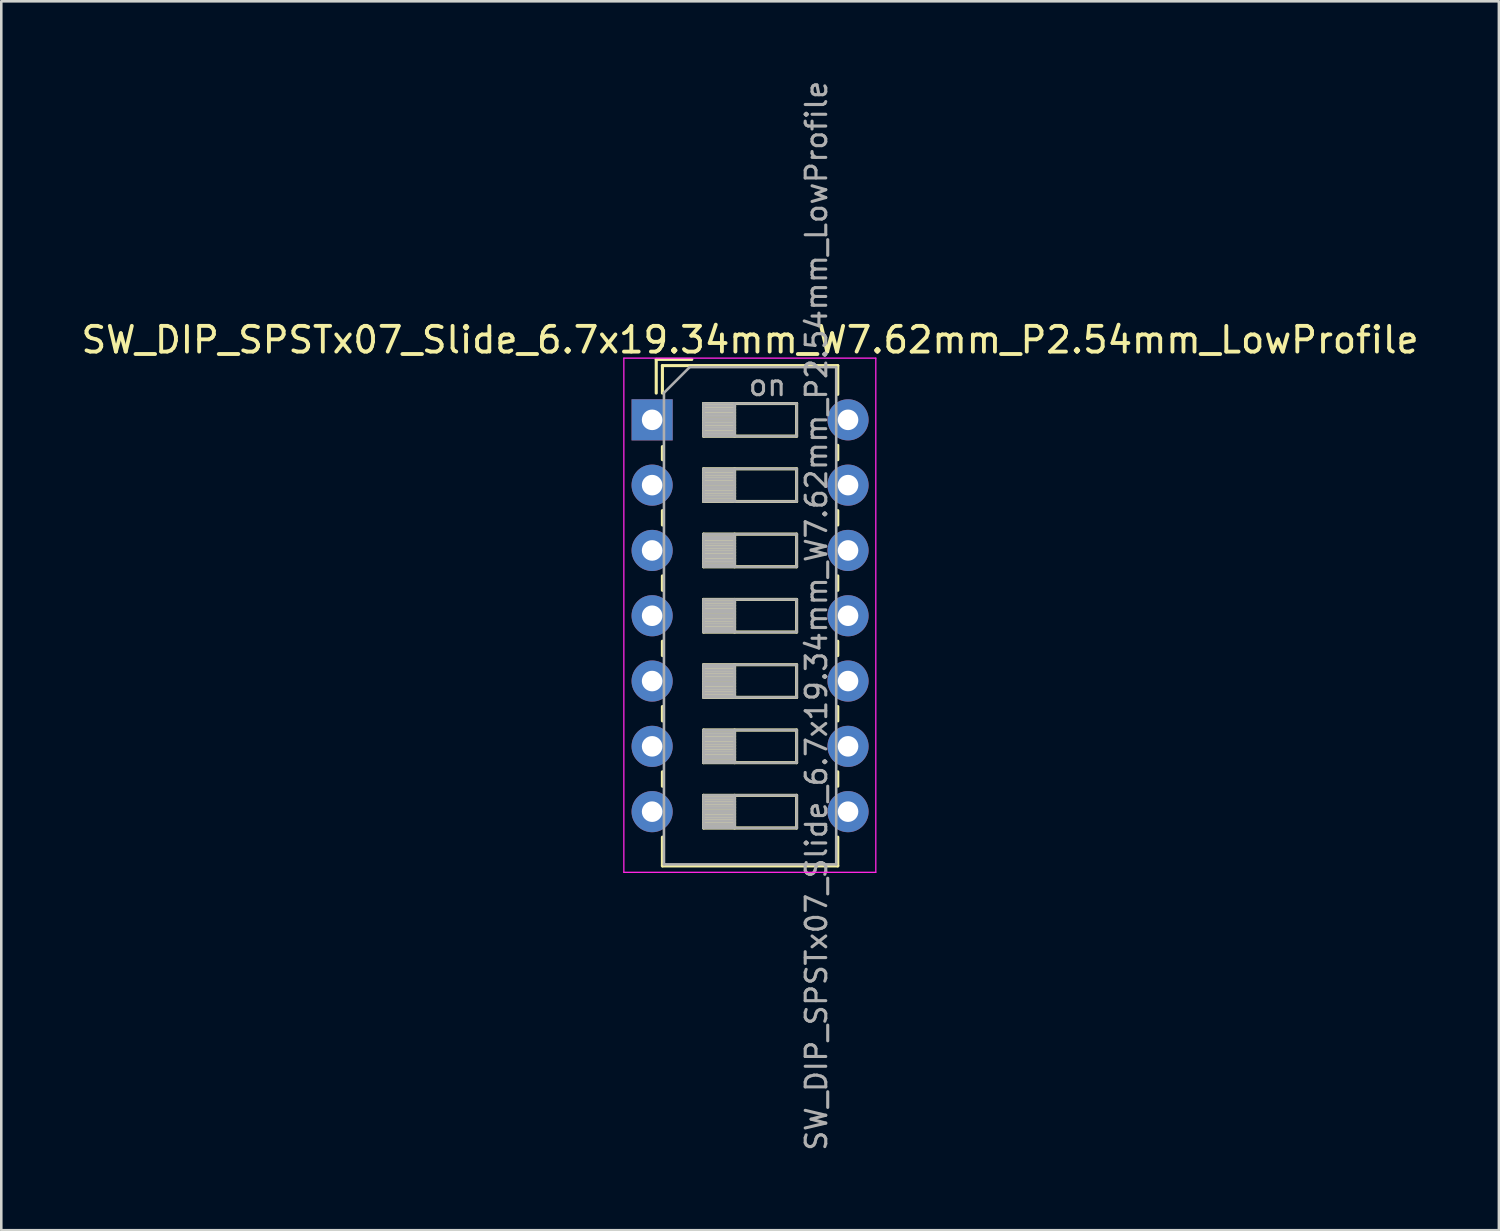
<source format=kicad_pcb>
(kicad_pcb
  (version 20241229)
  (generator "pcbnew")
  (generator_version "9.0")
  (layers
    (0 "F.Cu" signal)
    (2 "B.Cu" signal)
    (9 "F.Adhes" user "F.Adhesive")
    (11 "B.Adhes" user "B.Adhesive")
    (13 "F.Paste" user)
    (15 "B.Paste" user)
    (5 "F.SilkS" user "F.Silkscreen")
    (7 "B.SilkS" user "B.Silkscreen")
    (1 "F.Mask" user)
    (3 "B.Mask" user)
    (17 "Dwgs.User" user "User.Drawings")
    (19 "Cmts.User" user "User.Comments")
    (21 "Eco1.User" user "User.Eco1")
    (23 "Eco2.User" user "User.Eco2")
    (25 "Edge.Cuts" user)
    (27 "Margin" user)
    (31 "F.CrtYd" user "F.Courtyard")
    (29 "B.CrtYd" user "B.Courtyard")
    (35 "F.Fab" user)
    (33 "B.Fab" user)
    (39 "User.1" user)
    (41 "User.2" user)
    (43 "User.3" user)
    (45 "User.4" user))
  (footprint "SW_DIP_SPSTx07_Slide_6.7x19.34mm_W7.62mm_P2.54mm_LowProfile"
    (layer "F.Cu")
    (at 22.315 13.28)
    (property "Reference" "SW_DIP_SPSTx07_Slide_6.7x19.34mm_W7.62mm_P2.54mm_LowProfile" (at 3.81 -3.11 0) (layer "F.SilkS") (effects (font (size 1 1) (thickness 0.15))))
    (attr through_hole)
    (fp_line (start 0.16 -2.35) (end 0.16 -1.04) (stroke (width 0.12) (type solid)) (layer "F.SilkS"))
    (fp_line (start 0.16 -2.35) (end 1.543 -2.35) (stroke (width 0.12) (type solid)) (layer "F.SilkS"))
    (fp_line (start 0.4 -2.11) (end 0.4 -1.04) (stroke (width 0.12) (type solid)) (layer "F.SilkS"))
    (fp_line (start 0.4 -2.11) (end 7.221 -2.11) (stroke (width 0.12) (type solid)) (layer "F.SilkS"))
    (fp_line (start 0.4 1.04) (end 0.4 1.551) (stroke (width 0.12) (type solid)) (layer "F.SilkS"))
    (fp_line (start 0.4 3.53) (end 0.4 4.091) (stroke (width 0.12) (type solid)) (layer "F.SilkS"))
    (fp_line (start 0.4 6.07) (end 0.4 6.631) (stroke (width 0.12) (type solid)) (layer "F.SilkS"))
    (fp_line (start 0.4 8.61) (end 0.4 9.17) (stroke (width 0.12) (type solid)) (layer "F.SilkS"))
    (fp_line (start 0.4 11.15) (end 0.4 11.71) (stroke (width 0.12) (type solid)) (layer "F.SilkS"))
    (fp_line (start 0.4 13.69) (end 0.4 14.25) (stroke (width 0.12) (type solid)) (layer "F.SilkS"))
    (fp_line (start 0.4 16.23) (end 0.4 17.35) (stroke (width 0.12) (type solid)) (layer "F.SilkS"))
    (fp_line (start 0.4 17.35) (end 7.221 17.35) (stroke (width 0.12) (type solid)) (layer "F.SilkS"))
    (fp_line (start 2 -0.635) (end 2 0.635) (stroke (width 0.12) (type solid)) (layer "F.SilkS"))
    (fp_line (start 2 -0.515) (end 3.207 -0.515) (stroke (width 0.12) (type solid)) (layer "F.SilkS"))
    (fp_line (start 2 -0.395) (end 3.207 -0.395) (stroke (width 0.12) (type solid)) (layer "F.SilkS"))
    (fp_line (start 2 -0.275) (end 3.207 -0.275) (stroke (width 0.12) (type solid)) (layer "F.SilkS"))
    (fp_line (start 2 -0.155) (end 3.207 -0.155) (stroke (width 0.12) (type solid)) (layer "F.SilkS"))
    (fp_line (start 2 -0.035) (end 3.207 -0.035) (stroke (width 0.12) (type solid)) (layer "F.SilkS"))
    (fp_line (start 2 0.085) (end 3.207 0.085) (stroke (width 0.12) (type solid)) (layer "F.SilkS"))
    (fp_line (start 2 0.205) (end 3.207 0.205) (stroke (width 0.12) (type solid)) (layer "F.SilkS"))
    (fp_line (start 2 0.325) (end 3.207 0.325) (stroke (width 0.12) (type solid)) (layer "F.SilkS"))
    (fp_line (start 2 0.445) (end 3.207 0.445) (stroke (width 0.12) (type solid)) (layer "F.SilkS"))
    (fp_line (start 2 0.565) (end 3.207 0.565) (stroke (width 0.12) (type solid)) (layer "F.SilkS"))
    (fp_line (start 2 0.635) (end 5.62 0.635) (stroke (width 0.12) (type solid)) (layer "F.SilkS"))
    (fp_line (start 2 1.905) (end 2 3.175) (stroke (width 0.12) (type solid)) (layer "F.SilkS"))
    (fp_line (start 2 2.025) (end 3.207 2.025) (stroke (width 0.12) (type solid)) (layer "F.SilkS"))
    (fp_line (start 2 2.145) (end 3.207 2.145) (stroke (width 0.12) (type solid)) (layer "F.SilkS"))
    (fp_line (start 2 2.265) (end 3.207 2.265) (stroke (width 0.12) (type solid)) (layer "F.SilkS"))
    (fp_line (start 2 2.385) (end 3.207 2.385) (stroke (width 0.12) (type solid)) (layer "F.SilkS"))
    (fp_line (start 2 2.505) (end 3.207 2.505) (stroke (width 0.12) (type solid)) (layer "F.SilkS"))
    (fp_line (start 2 2.625) (end 3.207 2.625) (stroke (width 0.12) (type solid)) (layer "F.SilkS"))
    (fp_line (start 2 2.745) (end 3.207 2.745) (stroke (width 0.12) (type solid)) (layer "F.SilkS"))
    (fp_line (start 2 2.865) (end 3.207 2.865) (stroke (width 0.12) (type solid)) (layer "F.SilkS"))
    (fp_line (start 2 2.985) (end 3.207 2.985) (stroke (width 0.12) (type solid)) (layer "F.SilkS"))
    (fp_line (start 2 3.105) (end 3.207 3.105) (stroke (width 0.12) (type solid)) (layer "F.SilkS"))
    (fp_line (start 2 3.175) (end 5.62 3.175) (stroke (width 0.12) (type solid)) (layer "F.SilkS"))
    (fp_line (start 2 4.445) (end 2 5.715) (stroke (width 0.12) (type solid)) (layer "F.SilkS"))
    (fp_line (start 2 4.565) (end 3.207 4.565) (stroke (width 0.12) (type solid)) (layer "F.SilkS"))
    (fp_line (start 2 4.685) (end 3.207 4.685) (stroke (width 0.12) (type solid)) (layer "F.SilkS"))
    (fp_line (start 2 4.805) (end 3.207 4.805) (stroke (width 0.12) (type solid)) (layer "F.SilkS"))
    (fp_line (start 2 4.925) (end 3.207 4.925) (stroke (width 0.12) (type solid)) (layer "F.SilkS"))
    (fp_line (start 2 5.045) (end 3.207 5.045) (stroke (width 0.12) (type solid)) (layer "F.SilkS"))
    (fp_line (start 2 5.165) (end 3.207 5.165) (stroke (width 0.12) (type solid)) (layer "F.SilkS"))
    (fp_line (start 2 5.285) (end 3.207 5.285) (stroke (width 0.12) (type solid)) (layer "F.SilkS"))
    (fp_line (start 2 5.405) (end 3.207 5.405) (stroke (width 0.12) (type solid)) (layer "F.SilkS"))
    (fp_line (start 2 5.525) (end 3.207 5.525) (stroke (width 0.12) (type solid)) (layer "F.SilkS"))
    (fp_line (start 2 5.645) (end 3.207 5.645) (stroke (width 0.12) (type solid)) (layer "F.SilkS"))
    (fp_line (start 2 5.715) (end 5.62 5.715) (stroke (width 0.12) (type solid)) (layer "F.SilkS"))
    (fp_line (start 2 6.985) (end 2 8.255) (stroke (width 0.12) (type solid)) (layer "F.SilkS"))
    (fp_line (start 2 7.105) (end 3.207 7.105) (stroke (width 0.12) (type solid)) (layer "F.SilkS"))
    (fp_line (start 2 7.225) (end 3.207 7.225) (stroke (width 0.12) (type solid)) (layer "F.SilkS"))
    (fp_line (start 2 7.345) (end 3.207 7.345) (stroke (width 0.12) (type solid)) (layer "F.SilkS"))
    (fp_line (start 2 7.465) (end 3.207 7.465) (stroke (width 0.12) (type solid)) (layer "F.SilkS"))
    (fp_line (start 2 7.585) (end 3.207 7.585) (stroke (width 0.12) (type solid)) (layer "F.SilkS"))
    (fp_line (start 2 7.705) (end 3.207 7.705) (stroke (width 0.12) (type solid)) (layer "F.SilkS"))
    (fp_line (start 2 7.825) (end 3.207 7.825) (stroke (width 0.12) (type solid)) (layer "F.SilkS"))
    (fp_line (start 2 7.945) (end 3.207 7.945) (stroke (width 0.12) (type solid)) (layer "F.SilkS"))
    (fp_line (start 2 8.065) (end 3.207 8.065) (stroke (width 0.12) (type solid)) (layer "F.SilkS"))
    (fp_line (start 2 8.185) (end 3.207 8.185) (stroke (width 0.12) (type solid)) (layer "F.SilkS"))
    (fp_line (start 2 8.255) (end 5.62 8.255) (stroke (width 0.12) (type solid)) (layer "F.SilkS"))
    (fp_line (start 2 9.525) (end 2 10.795) (stroke (width 0.12) (type solid)) (layer "F.SilkS"))
    (fp_line (start 2 9.645) (end 3.207 9.645) (stroke (width 0.12) (type solid)) (layer "F.SilkS"))
    (fp_line (start 2 9.765) (end 3.207 9.765) (stroke (width 0.12) (type solid)) (layer "F.SilkS"))
    (fp_line (start 2 9.885) (end 3.207 9.885) (stroke (width 0.12) (type solid)) (layer "F.SilkS"))
    (fp_line (start 2 10.005) (end 3.207 10.005) (stroke (width 0.12) (type solid)) (layer "F.SilkS"))
    (fp_line (start 2 10.125) (end 3.207 10.125) (stroke (width 0.12) (type solid)) (layer "F.SilkS"))
    (fp_line (start 2 10.245) (end 3.207 10.245) (stroke (width 0.12) (type solid)) (layer "F.SilkS"))
    (fp_line (start 2 10.365) (end 3.207 10.365) (stroke (width 0.12) (type solid)) (layer "F.SilkS"))
    (fp_line (start 2 10.485) (end 3.207 10.485) (stroke (width 0.12) (type solid)) (layer "F.SilkS"))
    (fp_line (start 2 10.605) (end 3.207 10.605) (stroke (width 0.12) (type solid)) (layer "F.SilkS"))
    (fp_line (start 2 10.725) (end 3.207 10.725) (stroke (width 0.12) (type solid)) (layer "F.SilkS"))
    (fp_line (start 2 10.795) (end 5.62 10.795) (stroke (width 0.12) (type solid)) (layer "F.SilkS"))
    (fp_line (start 2 12.065) (end 2 13.335) (stroke (width 0.12) (type solid)) (layer "F.SilkS"))
    (fp_line (start 2 12.185) (end 3.207 12.185) (stroke (width 0.12) (type solid)) (layer "F.SilkS"))
    (fp_line (start 2 12.305) (end 3.207 12.305) (stroke (width 0.12) (type solid)) (layer "F.SilkS"))
    (fp_line (start 2 12.425) (end 3.207 12.425) (stroke (width 0.12) (type solid)) (layer "F.SilkS"))
    (fp_line (start 2 12.545) (end 3.207 12.545) (stroke (width 0.12) (type solid)) (layer "F.SilkS"))
    (fp_line (start 2 12.665) (end 3.207 12.665) (stroke (width 0.12) (type solid)) (layer "F.SilkS"))
    (fp_line (start 2 12.785) (end 3.207 12.785) (stroke (width 0.12) (type solid)) (layer "F.SilkS"))
    (fp_line (start 2 12.905) (end 3.207 12.905) (stroke (width 0.12) (type solid)) (layer "F.SilkS"))
    (fp_line (start 2 13.025) (end 3.207 13.025) (stroke (width 0.12) (type solid)) (layer "F.SilkS"))
    (fp_line (start 2 13.145) (end 3.207 13.145) (stroke (width 0.12) (type solid)) (layer "F.SilkS"))
    (fp_line (start 2 13.265) (end 3.207 13.265) (stroke (width 0.12) (type solid)) (layer "F.SilkS"))
    (fp_line (start 2 13.335) (end 5.62 13.335) (stroke (width 0.12) (type solid)) (layer "F.SilkS"))
    (fp_line (start 2 14.605) (end 2 15.875) (stroke (width 0.12) (type solid)) (layer "F.SilkS"))
    (fp_line (start 2 14.725) (end 3.207 14.725) (stroke (width 0.12) (type solid)) (layer "F.SilkS"))
    (fp_line (start 2 14.845) (end 3.207 14.845) (stroke (width 0.12) (type solid)) (layer "F.SilkS"))
    (fp_line (start 2 14.965) (end 3.207 14.965) (stroke (width 0.12) (type solid)) (layer "F.SilkS"))
    (fp_line (start 2 15.085) (end 3.207 15.085) (stroke (width 0.12) (type solid)) (layer "F.SilkS"))
    (fp_line (start 2 15.205) (end 3.207 15.205) (stroke (width 0.12) (type solid)) (layer "F.SilkS"))
    (fp_line (start 2 15.325) (end 3.207 15.325) (stroke (width 0.12) (type solid)) (layer "F.SilkS"))
    (fp_line (start 2 15.445) (end 3.207 15.445) (stroke (width 0.12) (type solid)) (layer "F.SilkS"))
    (fp_line (start 2 15.565) (end 3.207 15.565) (stroke (width 0.12) (type solid)) (layer "F.SilkS"))
    (fp_line (start 2 15.685) (end 3.207 15.685) (stroke (width 0.12) (type solid)) (layer "F.SilkS"))
    (fp_line (start 2 15.805) (end 3.207 15.805) (stroke (width 0.12) (type solid)) (layer "F.SilkS"))
    (fp_line (start 2 15.875) (end 5.62 15.875) (stroke (width 0.12) (type solid)) (layer "F.SilkS"))
    (fp_line (start 3.207 -0.635) (end 3.207 0.635) (stroke (width 0.12) (type solid)) (layer "F.SilkS"))
    (fp_line (start 3.207 1.905) (end 3.207 3.175) (stroke (width 0.12) (type solid)) (layer "F.SilkS"))
    (fp_line (start 3.207 4.445) (end 3.207 5.715) (stroke (width 0.12) (type solid)) (layer "F.SilkS"))
    (fp_line (start 3.207 6.985) (end 3.207 8.255) (stroke (width 0.12) (type solid)) (layer "F.SilkS"))
    (fp_line (start 3.207 9.525) (end 3.207 10.795) (stroke (width 0.12) (type solid)) (layer "F.SilkS"))
    (fp_line (start 3.207 12.065) (end 3.207 13.335) (stroke (width 0.12) (type solid)) (layer "F.SilkS"))
    (fp_line (start 3.207 14.605) (end 3.207 15.875) (stroke (width 0.12) (type solid)) (layer "F.SilkS"))
    (fp_line (start 5.62 -0.635) (end 2 -0.635) (stroke (width 0.12) (type solid)) (layer "F.SilkS"))
    (fp_line (start 5.62 0.635) (end 5.62 -0.635) (stroke (width 0.12) (type solid)) (layer "F.SilkS"))
    (fp_line (start 5.62 1.905) (end 2 1.905) (stroke (width 0.12) (type solid)) (layer "F.SilkS"))
    (fp_line (start 5.62 3.175) (end 5.62 1.905) (stroke (width 0.12) (type solid)) (layer "F.SilkS"))
    (fp_line (start 5.62 4.445) (end 2 4.445) (stroke (width 0.12) (type solid)) (layer "F.SilkS"))
    (fp_line (start 5.62 5.715) (end 5.62 4.445) (stroke (width 0.12) (type solid)) (layer "F.SilkS"))
    (fp_line (start 5.62 6.985) (end 2 6.985) (stroke (width 0.12) (type solid)) (layer "F.SilkS"))
    (fp_line (start 5.62 8.255) (end 5.62 6.985) (stroke (width 0.12) (type solid)) (layer "F.SilkS"))
    (fp_line (start 5.62 9.525) (end 2 9.525) (stroke (width 0.12) (type solid)) (layer "F.SilkS"))
    (fp_line (start 5.62 10.795) (end 5.62 9.525) (stroke (width 0.12) (type solid)) (layer "F.SilkS"))
    (fp_line (start 5.62 12.065) (end 2 12.065) (stroke (width 0.12) (type solid)) (layer "F.SilkS"))
    (fp_line (start 5.62 13.335) (end 5.62 12.065) (stroke (width 0.12) (type solid)) (layer "F.SilkS"))
    (fp_line (start 5.62 14.605) (end 2 14.605) (stroke (width 0.12) (type solid)) (layer "F.SilkS"))
    (fp_line (start 5.62 15.875) (end 5.62 14.605) (stroke (width 0.12) (type solid)) (layer "F.SilkS"))
    (fp_line (start 7.221 -2.11) (end 7.221 -0.99) (stroke (width 0.12) (type solid)) (layer "F.SilkS"))
    (fp_line (start 7.221 0.99) (end 7.221 1.551) (stroke (width 0.12) (type solid)) (layer "F.SilkS"))
    (fp_line (start 7.221 3.53) (end 7.221 4.091) (stroke (width 0.12) (type solid)) (layer "F.SilkS"))
    (fp_line (start 7.221 6.07) (end 7.221 6.631) (stroke (width 0.12) (type solid)) (layer "F.SilkS"))
    (fp_line (start 7.221 8.61) (end 7.221 9.17) (stroke (width 0.12) (type solid)) (layer "F.SilkS"))
    (fp_line (start 7.221 11.15) (end 7.221 11.71) (stroke (width 0.12) (type solid)) (layer "F.SilkS"))
    (fp_line (start 7.221 13.69) (end 7.221 14.25) (stroke (width 0.12) (type solid)) (layer "F.SilkS"))
    (fp_line (start 7.221 16.23) (end 7.221 17.35) (stroke (width 0.12) (type solid)) (layer "F.SilkS"))
    (fp_line (start -1.1 -2.4) (end -1.1 17.6) (stroke (width 0.05) (type solid)) (layer "F.CrtYd"))
    (fp_line (start -1.1 17.6) (end 8.7 17.6) (stroke (width 0.05) (type solid)) (layer "F.CrtYd"))
    (fp_line (start 8.7 -2.4) (end -1.1 -2.4) (stroke (width 0.05) (type solid)) (layer "F.CrtYd"))
    (fp_line (start 8.7 17.6) (end 8.7 -2.4) (stroke (width 0.05) (type solid)) (layer "F.CrtYd"))
    (fp_line (start 0.46 -1.05) (end 1.46 -2.05) (stroke (width 0.1) (type solid)) (layer "F.Fab"))
    (fp_line (start 0.46 17.29) (end 0.46 -1.05) (stroke (width 0.1) (type solid)) (layer "F.Fab"))
    (fp_line (start 1.46 -2.05) (end 7.16 -2.05) (stroke (width 0.1) (type solid)) (layer "F.Fab"))
    (fp_line (start 2 -0.635) (end 2 0.635) (stroke (width 0.1) (type solid)) (layer "F.Fab"))
    (fp_line (start 2 -0.535) (end 3.207 -0.535) (stroke (width 0.1) (type solid)) (layer "F.Fab"))
    (fp_line (start 2 -0.435) (end 3.207 -0.435) (stroke (width 0.1) (type solid)) (layer "F.Fab"))
    (fp_line (start 2 -0.335) (end 3.207 -0.335) (stroke (width 0.1) (type solid)) (layer "F.Fab"))
    (fp_line (start 2 -0.235) (end 3.207 -0.235) (stroke (width 0.1) (type solid)) (layer "F.Fab"))
    (fp_line (start 2 -0.135) (end 3.207 -0.135) (stroke (width 0.1) (type solid)) (layer "F.Fab"))
    (fp_line (start 2 -0.035) (end 3.207 -0.035) (stroke (width 0.1) (type solid)) (layer "F.Fab"))
    (fp_line (start 2 0.065) (end 3.207 0.065) (stroke (width 0.1) (type solid)) (layer "F.Fab"))
    (fp_line (start 2 0.165) (end 3.207 0.165) (stroke (width 0.1) (type solid)) (layer "F.Fab"))
    (fp_line (start 2 0.265) (end 3.207 0.265) (stroke (width 0.1) (type solid)) (layer "F.Fab"))
    (fp_line (start 2 0.365) (end 3.207 0.365) (stroke (width 0.1) (type solid)) (layer "F.Fab"))
    (fp_line (start 2 0.465) (end 3.207 0.465) (stroke (width 0.1) (type solid)) (layer "F.Fab"))
    (fp_line (start 2 0.565) (end 3.207 0.565) (stroke (width 0.1) (type solid)) (layer "F.Fab"))
    (fp_line (start 2 0.635) (end 5.62 0.635) (stroke (width 0.1) (type solid)) (layer "F.Fab"))
    (fp_line (start 2 1.905) (end 2 3.175) (stroke (width 0.1) (type solid)) (layer "F.Fab"))
    (fp_line (start 2 2.005) (end 3.207 2.005) (stroke (width 0.1) (type solid)) (layer "F.Fab"))
    (fp_line (start 2 2.105) (end 3.207 2.105) (stroke (width 0.1) (type solid)) (layer "F.Fab"))
    (fp_line (start 2 2.205) (end 3.207 2.205) (stroke (width 0.1) (type solid)) (layer "F.Fab"))
    (fp_line (start 2 2.305) (end 3.207 2.305) (stroke (width 0.1) (type solid)) (layer "F.Fab"))
    (fp_line (start 2 2.405) (end 3.207 2.405) (stroke (width 0.1) (type solid)) (layer "F.Fab"))
    (fp_line (start 2 2.505) (end 3.207 2.505) (stroke (width 0.1) (type solid)) (layer "F.Fab"))
    (fp_line (start 2 2.605) (end 3.207 2.605) (stroke (width 0.1) (type solid)) (layer "F.Fab"))
    (fp_line (start 2 2.705) (end 3.207 2.705) (stroke (width 0.1) (type solid)) (layer "F.Fab"))
    (fp_line (start 2 2.805) (end 3.207 2.805) (stroke (width 0.1) (type solid)) (layer "F.Fab"))
    (fp_line (start 2 2.905) (end 3.207 2.905) (stroke (width 0.1) (type solid)) (layer "F.Fab"))
    (fp_line (start 2 3.005) (end 3.207 3.005) (stroke (width 0.1) (type solid)) (layer "F.Fab"))
    (fp_line (start 2 3.105) (end 3.207 3.105) (stroke (width 0.1) (type solid)) (layer "F.Fab"))
    (fp_line (start 2 3.175) (end 5.62 3.175) (stroke (width 0.1) (type solid)) (layer "F.Fab"))
    (fp_line (start 2 4.445) (end 2 5.715) (stroke (width 0.1) (type solid)) (layer "F.Fab"))
    (fp_line (start 2 4.545) (end 3.207 4.545) (stroke (width 0.1) (type solid)) (layer "F.Fab"))
    (fp_line (start 2 4.645) (end 3.207 4.645) (stroke (width 0.1) (type solid)) (layer "F.Fab"))
    (fp_line (start 2 4.745) (end 3.207 4.745) (stroke (width 0.1) (type solid)) (layer "F.Fab"))
    (fp_line (start 2 4.845) (end 3.207 4.845) (stroke (width 0.1) (type solid)) (layer "F.Fab"))
    (fp_line (start 2 4.945) (end 3.207 4.945) (stroke (width 0.1) (type solid)) (layer "F.Fab"))
    (fp_line (start 2 5.045) (end 3.207 5.045) (stroke (width 0.1) (type solid)) (layer "F.Fab"))
    (fp_line (start 2 5.145) (end 3.207 5.145) (stroke (width 0.1) (type solid)) (layer "F.Fab"))
    (fp_line (start 2 5.245) (end 3.207 5.245) (stroke (width 0.1) (type solid)) (layer "F.Fab"))
    (fp_line (start 2 5.345) (end 3.207 5.345) (stroke (width 0.1) (type solid)) (layer "F.Fab"))
    (fp_line (start 2 5.445) (end 3.207 5.445) (stroke (width 0.1) (type solid)) (layer "F.Fab"))
    (fp_line (start 2 5.545) (end 3.207 5.545) (stroke (width 0.1) (type solid)) (layer "F.Fab"))
    (fp_line (start 2 5.645) (end 3.207 5.645) (stroke (width 0.1) (type solid)) (layer "F.Fab"))
    (fp_line (start 2 5.715) (end 5.62 5.715) (stroke (width 0.1) (type solid)) (layer "F.Fab"))
    (fp_line (start 2 6.985) (end 2 8.255) (stroke (width 0.1) (type solid)) (layer "F.Fab"))
    (fp_line (start 2 7.085) (end 3.207 7.085) (stroke (width 0.1) (type solid)) (layer "F.Fab"))
    (fp_line (start 2 7.185) (end 3.207 7.185) (stroke (width 0.1) (type solid)) (layer "F.Fab"))
    (fp_line (start 2 7.285) (end 3.207 7.285) (stroke (width 0.1) (type solid)) (layer "F.Fab"))
    (fp_line (start 2 7.385) (end 3.207 7.385) (stroke (width 0.1) (type solid)) (layer "F.Fab"))
    (fp_line (start 2 7.485) (end 3.207 7.485) (stroke (width 0.1) (type solid)) (layer "F.Fab"))
    (fp_line (start 2 7.585) (end 3.207 7.585) (stroke (width 0.1) (type solid)) (layer "F.Fab"))
    (fp_line (start 2 7.685) (end 3.207 7.685) (stroke (width 0.1) (type solid)) (layer "F.Fab"))
    (fp_line (start 2 7.785) (end 3.207 7.785) (stroke (width 0.1) (type solid)) (layer "F.Fab"))
    (fp_line (start 2 7.885) (end 3.207 7.885) (stroke (width 0.1) (type solid)) (layer "F.Fab"))
    (fp_line (start 2 7.985) (end 3.207 7.985) (stroke (width 0.1) (type solid)) (layer "F.Fab"))
    (fp_line (start 2 8.085) (end 3.207 8.085) (stroke (width 0.1) (type solid)) (layer "F.Fab"))
    (fp_line (start 2 8.185) (end 3.207 8.185) (stroke (width 0.1) (type solid)) (layer "F.Fab"))
    (fp_line (start 2 8.255) (end 5.62 8.255) (stroke (width 0.1) (type solid)) (layer "F.Fab"))
    (fp_line (start 2 9.525) (end 2 10.795) (stroke (width 0.1) (type solid)) (layer "F.Fab"))
    (fp_line (start 2 9.625) (end 3.207 9.625) (stroke (width 0.1) (type solid)) (layer "F.Fab"))
    (fp_line (start 2 9.725) (end 3.207 9.725) (stroke (width 0.1) (type solid)) (layer "F.Fab"))
    (fp_line (start 2 9.825) (end 3.207 9.825) (stroke (width 0.1) (type solid)) (layer "F.Fab"))
    (fp_line (start 2 9.925) (end 3.207 9.925) (stroke (width 0.1) (type solid)) (layer "F.Fab"))
    (fp_line (start 2 10.025) (end 3.207 10.025) (stroke (width 0.1) (type solid)) (layer "F.Fab"))
    (fp_line (start 2 10.125) (end 3.207 10.125) (stroke (width 0.1) (type solid)) (layer "F.Fab"))
    (fp_line (start 2 10.225) (end 3.207 10.225) (stroke (width 0.1) (type solid)) (layer "F.Fab"))
    (fp_line (start 2 10.325) (end 3.207 10.325) (stroke (width 0.1) (type solid)) (layer "F.Fab"))
    (fp_line (start 2 10.425) (end 3.207 10.425) (stroke (width 0.1) (type solid)) (layer "F.Fab"))
    (fp_line (start 2 10.525) (end 3.207 10.525) (stroke (width 0.1) (type solid)) (layer "F.Fab"))
    (fp_line (start 2 10.625) (end 3.207 10.625) (stroke (width 0.1) (type solid)) (layer "F.Fab"))
    (fp_line (start 2 10.725) (end 3.207 10.725) (stroke (width 0.1) (type solid)) (layer "F.Fab"))
    (fp_line (start 2 10.795) (end 5.62 10.795) (stroke (width 0.1) (type solid)) (layer "F.Fab"))
    (fp_line (start 2 12.065) (end 2 13.335) (stroke (width 0.1) (type solid)) (layer "F.Fab"))
    (fp_line (start 2 12.165) (end 3.207 12.165) (stroke (width 0.1) (type solid)) (layer "F.Fab"))
    (fp_line (start 2 12.265) (end 3.207 12.265) (stroke (width 0.1) (type solid)) (layer "F.Fab"))
    (fp_line (start 2 12.365) (end 3.207 12.365) (stroke (width 0.1) (type solid)) (layer "F.Fab"))
    (fp_line (start 2 12.465) (end 3.207 12.465) (stroke (width 0.1) (type solid)) (layer "F.Fab"))
    (fp_line (start 2 12.565) (end 3.207 12.565) (stroke (width 0.1) (type solid)) (layer "F.Fab"))
    (fp_line (start 2 12.665) (end 3.207 12.665) (stroke (width 0.1) (type solid)) (layer "F.Fab"))
    (fp_line (start 2 12.765) (end 3.207 12.765) (stroke (width 0.1) (type solid)) (layer "F.Fab"))
    (fp_line (start 2 12.865) (end 3.207 12.865) (stroke (width 0.1) (type solid)) (layer "F.Fab"))
    (fp_line (start 2 12.965) (end 3.207 12.965) (stroke (width 0.1) (type solid)) (layer "F.Fab"))
    (fp_line (start 2 13.065) (end 3.207 13.065) (stroke (width 0.1) (type solid)) (layer "F.Fab"))
    (fp_line (start 2 13.165) (end 3.207 13.165) (stroke (width 0.1) (type solid)) (layer "F.Fab"))
    (fp_line (start 2 13.265) (end 3.207 13.265) (stroke (width 0.1) (type solid)) (layer "F.Fab"))
    (fp_line (start 2 13.335) (end 5.62 13.335) (stroke (width 0.1) (type solid)) (layer "F.Fab"))
    (fp_line (start 2 14.605) (end 2 15.875) (stroke (width 0.1) (type solid)) (layer "F.Fab"))
    (fp_line (start 2 14.705) (end 3.207 14.705) (stroke (width 0.1) (type solid)) (layer "F.Fab"))
    (fp_line (start 2 14.805) (end 3.207 14.805) (stroke (width 0.1) (type solid)) (layer "F.Fab"))
    (fp_line (start 2 14.905) (end 3.207 14.905) (stroke (width 0.1) (type solid)) (layer "F.Fab"))
    (fp_line (start 2 15.005) (end 3.207 15.005) (stroke (width 0.1) (type solid)) (layer "F.Fab"))
    (fp_line (start 2 15.105) (end 3.207 15.105) (stroke (width 0.1) (type solid)) (layer "F.Fab"))
    (fp_line (start 2 15.205) (end 3.207 15.205) (stroke (width 0.1) (type solid)) (layer "F.Fab"))
    (fp_line (start 2 15.305) (end 3.207 15.305) (stroke (width 0.1) (type solid)) (layer "F.Fab"))
    (fp_line (start 2 15.405) (end 3.207 15.405) (stroke (width 0.1) (type solid)) (layer "F.Fab"))
    (fp_line (start 2 15.505) (end 3.207 15.505) (stroke (width 0.1) (type solid)) (layer "F.Fab"))
    (fp_line (start 2 15.605) (end 3.207 15.605) (stroke (width 0.1) (type solid)) (layer "F.Fab"))
    (fp_line (start 2 15.705) (end 3.207 15.705) (stroke (width 0.1) (type solid)) (layer "F.Fab"))
    (fp_line (start 2 15.805) (end 3.207 15.805) (stroke (width 0.1) (type solid)) (layer "F.Fab"))
    (fp_line (start 2 15.875) (end 5.62 15.875) (stroke (width 0.1) (type solid)) (layer "F.Fab"))
    (fp_line (start 3.207 -0.635) (end 3.207 0.635) (stroke (width 0.1) (type solid)) (layer "F.Fab"))
    (fp_line (start 3.207 1.905) (end 3.207 3.175) (stroke (width 0.1) (type solid)) (layer "F.Fab"))
    (fp_line (start 3.207 4.445) (end 3.207 5.715) (stroke (width 0.1) (type solid)) (layer "F.Fab"))
    (fp_line (start 3.207 6.985) (end 3.207 8.255) (stroke (width 0.1) (type solid)) (layer "F.Fab"))
    (fp_line (start 3.207 9.525) (end 3.207 10.795) (stroke (width 0.1) (type solid)) (layer "F.Fab"))
    (fp_line (start 3.207 12.065) (end 3.207 13.335) (stroke (width 0.1) (type solid)) (layer "F.Fab"))
    (fp_line (start 3.207 14.605) (end 3.207 15.875) (stroke (width 0.1) (type solid)) (layer "F.Fab"))
    (fp_line (start 5.62 -0.635) (end 2 -0.635) (stroke (width 0.1) (type solid)) (layer "F.Fab"))
    (fp_line (start 5.62 0.635) (end 5.62 -0.635) (stroke (width 0.1) (type solid)) (layer "F.Fab"))
    (fp_line (start 5.62 1.905) (end 2 1.905) (stroke (width 0.1) (type solid)) (layer "F.Fab"))
    (fp_line (start 5.62 3.175) (end 5.62 1.905) (stroke (width 0.1) (type solid)) (layer "F.Fab"))
    (fp_line (start 5.62 4.445) (end 2 4.445) (stroke (width 0.1) (type solid)) (layer "F.Fab"))
    (fp_line (start 5.62 5.715) (end 5.62 4.445) (stroke (width 0.1) (type solid)) (layer "F.Fab"))
    (fp_line (start 5.62 6.985) (end 2 6.985) (stroke (width 0.1) (type solid)) (layer "F.Fab"))
    (fp_line (start 5.62 8.255) (end 5.62 6.985) (stroke (width 0.1) (type solid)) (layer "F.Fab"))
    (fp_line (start 5.62 9.525) (end 2 9.525) (stroke (width 0.1) (type solid)) (layer "F.Fab"))
    (fp_line (start 5.62 10.795) (end 5.62 9.525) (stroke (width 0.1) (type solid)) (layer "F.Fab"))
    (fp_line (start 5.62 12.065) (end 2 12.065) (stroke (width 0.1) (type solid)) (layer "F.Fab"))
    (fp_line (start 5.62 13.335) (end 5.62 12.065) (stroke (width 0.1) (type solid)) (layer "F.Fab"))
    (fp_line (start 5.62 14.605) (end 2 14.605) (stroke (width 0.1) (type solid)) (layer "F.Fab"))
    (fp_line (start 5.62 15.875) (end 5.62 14.605) (stroke (width 0.1) (type solid)) (layer "F.Fab"))
    (fp_line (start 7.16 -2.05) (end 7.16 17.29) (stroke (width 0.1) (type solid)) (layer "F.Fab"))
    (fp_line (start 7.16 17.29) (end 0.46 17.29) (stroke (width 0.1) (type solid)) (layer "F.Fab"))
    (fp_text user "${REFERENCE}" (at 6.39 7.62 90) (layer "F.Fab") (effects (font (size 0.8 0.8) (thickness 0.12))))
    (fp_text user "on" (at 4.485 -1.343 0) (layer "F.Fab") (effects (font (size 0.8 0.8) (thickness 0.12))))
    (pad "1" thru_hole rect (at 0 0) (size 1.6 1.6) (drill 0.8) (layers "*.Cu" "*.Mask"))
    (pad "2" thru_hole oval (at 0 2.54) (size 1.6 1.6) (drill 0.8) (layers "*.Cu" "*.Mask"))
    (pad "3" thru_hole oval (at 0 5.08) (size 1.6 1.6) (drill 0.8) (layers "*.Cu" "*.Mask"))
    (pad "4" thru_hole oval (at 0 7.62) (size 1.6 1.6) (drill 0.8) (layers "*.Cu" "*.Mask"))
    (pad "5" thru_hole oval (at 0 10.16) (size 1.6 1.6) (drill 0.8) (layers "*.Cu" "*.Mask"))
    (pad "6" thru_hole oval (at 0 12.7) (size 1.6 1.6) (drill 0.8) (layers "*.Cu" "*.Mask"))
    (pad "7" thru_hole oval (at 0 15.24) (size 1.6 1.6) (drill 0.8) (layers "*.Cu" "*.Mask"))
    (pad "8" thru_hole oval (at 7.62 15.24) (size 1.6 1.6) (drill 0.8) (layers "*.Cu" "*.Mask"))
    (pad "9" thru_hole oval (at 7.62 12.7) (size 1.6 1.6) (drill 0.8) (layers "*.Cu" "*.Mask"))
    (pad "10" thru_hole oval (at 7.62 10.16) (size 1.6 1.6) (drill 0.8) (layers "*.Cu" "*.Mask"))
    (pad "11" thru_hole oval (at 7.62 7.62) (size 1.6 1.6) (drill 0.8) (layers "*.Cu" "*.Mask"))
    (pad "12" thru_hole oval (at 7.62 5.08) (size 1.6 1.6) (drill 0.8) (layers "*.Cu" "*.Mask"))
    (pad "13" thru_hole oval (at 7.62 2.54) (size 1.6 1.6) (drill 0.8) (layers "*.Cu" "*.Mask"))
    (pad "14" thru_hole oval (at 7.62 0) (size 1.6 1.6) (drill 0.8) (layers "*.Cu" "*.Mask")))
  (gr_rect
    (start -3 -3)
    (end 55.25 44.8)
    (stroke (width 0.1) (type default))
    (fill no)
    (layer "Edge.Cuts")))
</source>
